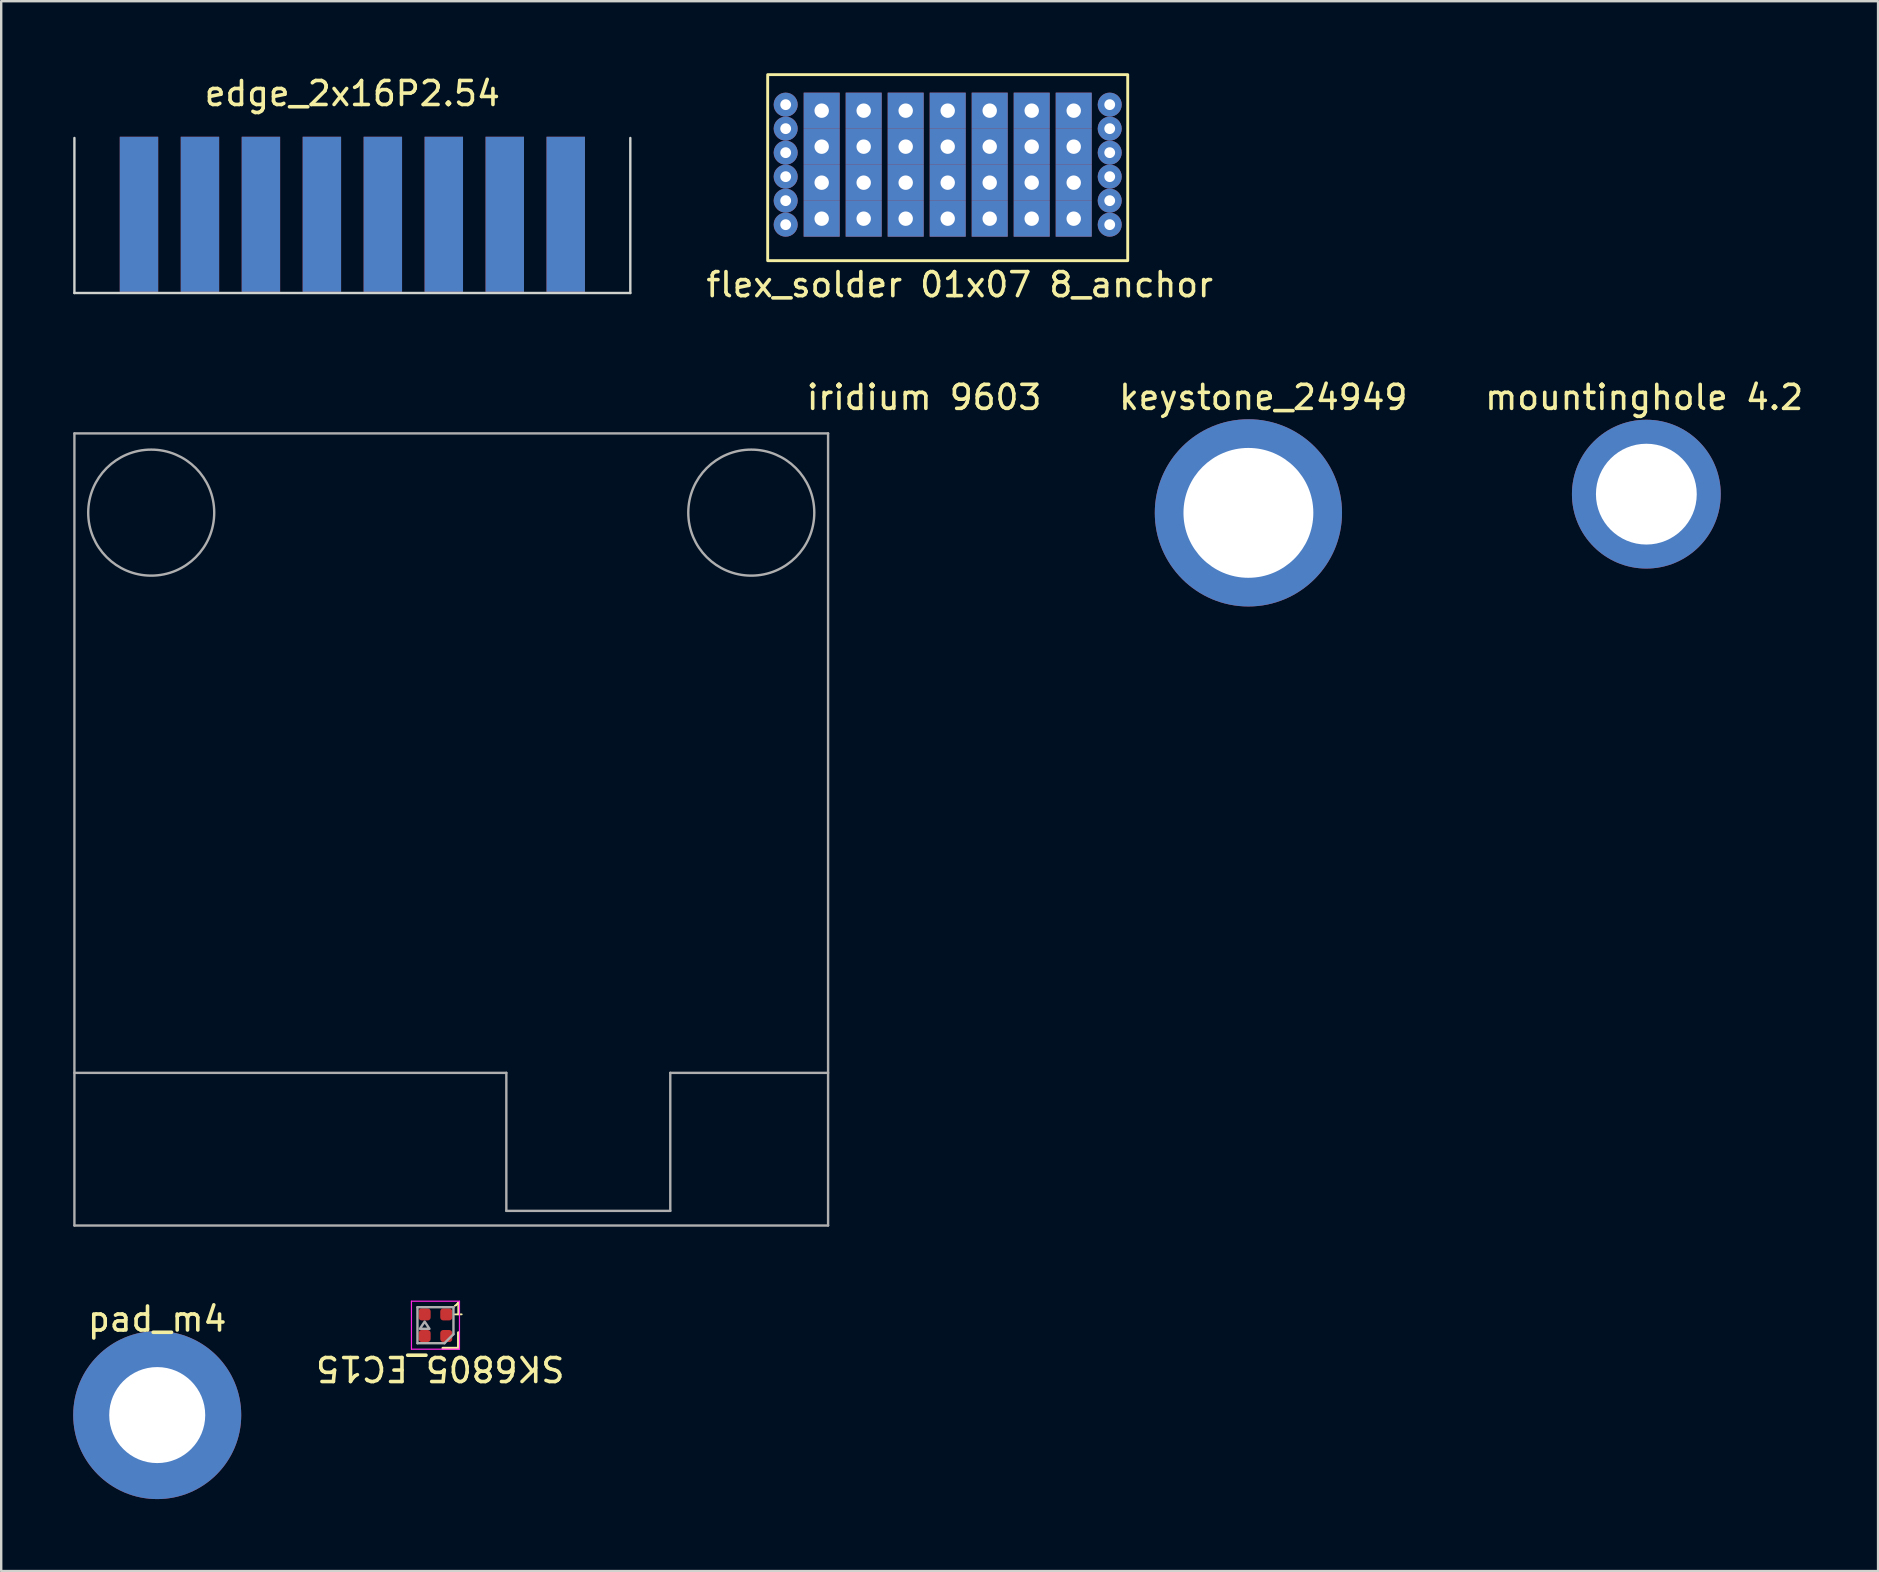
<source format=kicad_pcb>
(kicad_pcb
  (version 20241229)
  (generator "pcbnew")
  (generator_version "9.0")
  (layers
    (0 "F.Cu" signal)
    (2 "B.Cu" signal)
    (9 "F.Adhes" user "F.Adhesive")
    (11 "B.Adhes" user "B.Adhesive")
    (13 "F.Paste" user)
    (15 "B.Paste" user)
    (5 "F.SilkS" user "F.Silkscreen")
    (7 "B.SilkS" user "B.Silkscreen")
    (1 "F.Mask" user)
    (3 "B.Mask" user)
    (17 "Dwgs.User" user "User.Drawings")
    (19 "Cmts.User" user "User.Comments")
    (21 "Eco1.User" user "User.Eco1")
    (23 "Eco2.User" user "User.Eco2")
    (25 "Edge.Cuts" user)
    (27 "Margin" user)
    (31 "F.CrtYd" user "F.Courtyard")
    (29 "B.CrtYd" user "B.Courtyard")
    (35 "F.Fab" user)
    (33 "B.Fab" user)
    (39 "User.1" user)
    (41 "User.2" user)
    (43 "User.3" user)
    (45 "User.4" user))
  (footprint "flex_solder 01x07 8_anchor"
    (layer "F.Cu")
    (at 36.433 3.81)
    (property "Reference" "flex_solder 01x07 8_anchor" (at 0.5 5 0) (unlocked yes) (layer "F.SilkS") (effects (font (size 1 1) (thickness 0.15))))
    (attr through_hole)
    (fp_rect (start -7.5 4) (end 7.5 -3.75) (stroke (width 0.12) (type solid)) (fill no) (layer "F.SilkS"))
    (pad "1" thru_hole rect (at -5.25 -2.25) (size 1.5 1.5) (drill 0.6) (layers "*.Cu" "*.Mask"))
    (pad "1" thru_hole rect (at -5.25 -0.75) (size 1.5 1.5) (drill 0.6) (layers "*.Cu" "*.Mask"))
    (pad "1" thru_hole rect (at -5.25 0.75) (size 1.5 1.5) (drill 0.6) (layers "*.Cu" "*.Mask"))
    (pad "1" thru_hole rect (at -5.25 2.25) (size 1.5 1.5) (drill 0.6) (layers "*.Cu" "*.Mask"))
    (pad "2" thru_hole rect (at -3.5 -2.25) (size 1.5 1.5) (drill 0.6) (layers "*.Cu" "*.Mask"))
    (pad "2" thru_hole rect (at -3.5 -0.75) (size 1.5 1.5) (drill 0.6) (layers "*.Cu" "*.Mask"))
    (pad "2" thru_hole rect (at -3.5 0.75) (size 1.5 1.5) (drill 0.6) (layers "*.Cu" "*.Mask"))
    (pad "2" thru_hole rect (at -3.5 2.25) (size 1.5 1.5) (drill 0.6) (layers "*.Cu" "*.Mask"))
    (pad "3" thru_hole rect (at -1.75 -2.25) (size 1.5 1.5) (drill 0.6) (layers "*.Cu" "*.Mask"))
    (pad "3" thru_hole rect (at -1.75 -0.75) (size 1.5 1.5) (drill 0.6) (layers "*.Cu" "*.Mask"))
    (pad "3" thru_hole rect (at -1.75 0.75) (size 1.5 1.5) (drill 0.6) (layers "*.Cu" "*.Mask"))
    (pad "3" thru_hole rect (at -1.75 2.25) (size 1.5 1.5) (drill 0.6) (layers "*.Cu" "*.Mask"))
    (pad "4" thru_hole rect (at 0 -2.25) (size 1.5 1.5) (drill 0.6) (layers "*.Cu" "*.Mask"))
    (pad "4" thru_hole rect (at 0 -0.75) (size 1.5 1.5) (drill 0.6) (layers "*.Cu" "*.Mask"))
    (pad "4" thru_hole rect (at 0 0.75) (size 1.5 1.5) (drill 0.6) (layers "*.Cu" "*.Mask"))
    (pad "4" thru_hole rect (at 0 2.25) (size 1.5 1.5) (drill 0.6) (layers "*.Cu" "*.Mask"))
    (pad "5" thru_hole rect (at 1.75 -2.25) (size 1.5 1.5) (drill 0.6) (layers "*.Cu" "*.Mask"))
    (pad "5" thru_hole rect (at 1.75 -0.75) (size 1.5 1.5) (drill 0.6) (layers "*.Cu" "*.Mask"))
    (pad "5" thru_hole rect (at 1.75 0.75) (size 1.5 1.5) (drill 0.6) (layers "*.Cu" "*.Mask"))
    (pad "5" thru_hole rect (at 1.75 2.25) (size 1.5 1.5) (drill 0.6) (layers "*.Cu" "*.Mask"))
    (pad "6" thru_hole rect (at 3.5 -2.25) (size 1.5 1.5) (drill 0.6) (layers "*.Cu" "*.Mask"))
    (pad "6" thru_hole rect (at 3.5 -0.75) (size 1.5 1.5) (drill 0.6) (layers "*.Cu" "*.Mask"))
    (pad "6" thru_hole rect (at 3.5 0.75) (size 1.5 1.5) (drill 0.6) (layers "*.Cu" "*.Mask"))
    (pad "6" thru_hole rect (at 3.5 2.25) (size 1.5 1.5) (drill 0.6) (layers "*.Cu" "*.Mask"))
    (pad "7" thru_hole rect (at 5.25 -2.25) (size 1.5 1.5) (drill 0.6) (layers "*.Cu" "*.Mask"))
    (pad "7" thru_hole rect (at 5.25 -0.75) (size 1.5 1.5) (drill 0.6) (layers "*.Cu" "*.Mask"))
    (pad "7" thru_hole rect (at 5.25 0.75) (size 1.5 1.5) (drill 0.6) (layers "*.Cu" "*.Mask"))
    (pad "7" thru_hole rect (at 5.25 2.25) (size 1.5 1.5) (drill 0.6) (layers "*.Cu" "*.Mask"))
    (pad "8" thru_hole circle (at -6.75 -2.5) (size 1 1) (drill 0.45) (layers "*.Cu" "*.Mask"))
    (pad "8" thru_hole circle (at -6.75 -1.5) (size 1 1) (drill 0.45) (layers "*.Cu" "*.Mask"))
    (pad "8" thru_hole circle (at -6.75 -0.5) (size 1 1) (drill 0.45) (layers "*.Cu" "*.Mask"))
    (pad "8" thru_hole circle (at -6.75 0.5) (size 1 1) (drill 0.45) (layers "*.Cu" "*.Mask"))
    (pad "8" thru_hole circle (at -6.75 1.5) (size 1 1) (drill 0.45) (layers "*.Cu" "*.Mask"))
    (pad "8" thru_hole circle (at -6.75 2.5) (size 1 1) (drill 0.45) (layers "*.Cu" "*.Mask"))
    (pad "8" thru_hole circle (at 6.75 -2.5) (size 1 1) (drill 0.45) (layers "*.Cu" "*.Mask"))
    (pad "8" thru_hole circle (at 6.75 -1.5) (size 1 1) (drill 0.45) (layers "*.Cu" "*.Mask"))
    (pad "8" thru_hole circle (at 6.75 -0.5) (size 1 1) (drill 0.45) (layers "*.Cu" "*.Mask"))
    (pad "8" thru_hole circle (at 6.75 0.5) (size 1 1) (drill 0.45) (layers "*.Cu" "*.Mask"))
    (pad "8" thru_hole circle (at 6.75 1.5) (size 1 1) (drill 0.45) (layers "*.Cu" "*.Mask"))
    (pad "8" thru_hole circle (at 6.75 2.5) (size 1 1) (drill 0.45) (layers "*.Cu" "*.Mask")))
  (footprint "keystone_24949"
    (layer "F.Cu")
    (at 48.981 18.317)
    (property "Reference" "keystone_24949" (at 0.6 -4.81 0) (unlocked yes) (layer "F.SilkS") (effects (font (size 1 1) (thickness 0.15))))
    (attr through_hole)
    (pad "1" thru_hole circle (at -0.02 0) (size 7.8 7.8) (drill 5.41) (layers "*.Cu" "*.Mask")))
  (footprint "SK6805_EC15"
    (layer "F.Cu")
    (at 15.092 52.161)
    (property "Reference" "SK6805_EC15" (at 0.2 1.8 180) (unlocked yes) (layer "F.SilkS") (effects (font (size 1 1) (thickness 0.15))))
    (attr smd)
    (fp_line (start 0.31 0.96) (end 0.96 0.96) (stroke (width 0.12) (type solid)) (layer "F.SilkS"))
    (fp_line (start 0.96 0.96) (end 0.96 0.31) (stroke (width 0.12) (type solid)) (layer "F.SilkS"))
    (fp_line (start -1 -1) (end 1 -1) (stroke (width 0.05) (type solid)) (layer "F.CrtYd"))
    (fp_line (start -1 1) (end -1 -1) (stroke (width 0.05) (type solid)) (layer "F.CrtYd"))
    (fp_line (start 1 -1) (end 1 1) (stroke (width 0.05) (type solid)) (layer "F.CrtYd"))
    (fp_line (start 1 1) (end -1 1) (stroke (width 0.05) (type solid)) (layer "F.CrtYd"))
    (fp_line (start -0.75 -0.75) (end 0.75 -0.75) (stroke (width 0.1) (type solid)) (layer "F.Fab"))
    (fp_line (start -0.75 0.75) (end -0.75 -0.75) (stroke (width 0.1) (type solid)) (layer "F.Fab"))
    (fp_line (start 0.375 0.75) (end -0.75 0.75) (stroke (width 0.1) (type solid)) (layer "F.Fab"))
    (fp_line (start 0.75 -0.75) (end 0.75 0.375) (stroke (width 0.1) (type solid)) (layer "F.Fab"))
    (fp_line (start 0.75 0.375) (end 0.375 0.75) (stroke (width 0.1) (type solid)) (layer "F.Fab"))
    (fp_poly (pts (xy -0.25 0.15) (xy -0.45 -0.15) (xy -0.65 0.15)) (stroke (width 0.1) (type solid)) (fill no) (layer "F.Fab"))
    (fp_text user "1" (at 0.95 -0.68 0) (layer "F.SilkS") (effects (font (size 0.5 0.5) (thickness 0.075))))
    (pad "1" smd roundrect (at 0.45 -0.45 270) (size 0.5 0.5) (layers "F.Cu" "F.Mask" "F.Paste") (roundrect_rratio 0.25))
    (pad "2" smd roundrect (at -0.45 -0.45 270) (size 0.5 0.5) (layers "F.Cu" "F.Mask" "F.Paste") (roundrect_rratio 0.25))
    (pad "3" smd roundrect (at -0.45 0.45 270) (size 0.5 0.5) (layers "F.Cu" "F.Mask" "F.Paste") (roundrect_rratio 0.25))
    (pad "4" smd roundrect (at 0.45 0.45 270) (size 0.5 0.5) (layers "F.Cu" "F.Mask" "F.Paste") (roundrect_rratio 0.25)))
  (footprint "edge_2x16P2.54"
    (layer "F.Cu")
    (at 11.63 5.928)
    (property "Reference" "edge_2x16P2.54" (at 0 -5.08 0) (unlocked yes) (layer "F.SilkS") (effects (font (size 1 1) (thickness 0.15))))
    (attr smd)
    (fp_line (start -11.58 3.23) (end -11.58 -3.23) (stroke (width 0.1) (type solid)) (layer "Edge.Cuts"))
    (fp_line (start -11.58 3.23) (end 11.58 3.23) (stroke (width 0.1) (type solid)) (layer "Edge.Cuts"))
    (fp_line (start 11.58 3.23) (end 11.58 -3.23) (stroke (width 0.1) (type solid)) (layer "Edge.Cuts"))
    (pad "1" smd rect (at -8.89 -0.05) (size 1.6 6.46) (layers "F.Cu" "F.Mask" "F.Paste"))
    (pad "2" smd rect (at -8.89 -0.05 180) (size 1.6 6.46) (layers "B.Cu" "B.Mask" "B.Paste"))
    (pad "3" smd rect (at -6.35 -0.05) (size 1.6 6.46) (layers "F.Cu" "F.Mask" "F.Paste"))
    (pad "4" smd rect (at -6.35 -0.05 180) (size 1.6 6.46) (layers "B.Cu" "B.Mask" "B.Paste"))
    (pad "5" smd rect (at -3.81 -0.05) (size 1.6 6.46) (layers "F.Cu" "F.Mask" "F.Paste"))
    (pad "6" smd rect (at -3.81 -0.05 180) (size 1.6 6.46) (layers "B.Cu" "B.Mask" "B.Paste"))
    (pad "7" smd rect (at -1.27 -0.05) (size 1.6 6.46) (layers "F.Cu" "F.Mask" "F.Paste"))
    (pad "8" smd rect (at -1.27 -0.05 180) (size 1.6 6.46) (layers "B.Cu" "B.Mask" "B.Paste"))
    (pad "9" smd rect (at 1.27 -0.05) (size 1.6 6.46) (layers "F.Cu" "F.Mask" "F.Paste"))
    (pad "10" smd rect (at 1.27 -0.05 180) (size 1.6 6.46) (layers "B.Cu" "B.Mask" "B.Paste"))
    (pad "11" smd rect (at 3.81 -0.05) (size 1.6 6.46) (layers "F.Cu" "F.Mask" "F.Paste"))
    (pad "12" smd rect (at 3.81 -0.05 180) (size 1.6 6.46) (layers "B.Cu" "B.Mask" "B.Paste"))
    (pad "13" smd rect (at 6.35 -0.05) (size 1.6 6.46) (layers "F.Cu" "F.Mask" "F.Paste"))
    (pad "14" smd rect (at 6.35 -0.05 180) (size 1.6 6.46) (layers "B.Cu" "B.Mask" "B.Paste"))
    (pad "15" smd rect (at 8.89 -0.05) (size 1.6 6.46) (layers "F.Cu" "F.Mask" "F.Paste"))
    (pad "16" smd rect (at 8.89 -0.05 180) (size 1.6 6.46) (layers "B.Cu" "B.Mask" "B.Paste")))
  (footprint "mountinghole 4.2"
    (layer "F.Cu")
    (at 65.54 17.517)
    (property "Reference" "mountinghole 4.2" (at -0.09 -4.01 0) (unlocked yes) (layer "F.SilkS") (effects (font (size 1 1) (thickness 0.15))))
    (attr smd)
    (pad "1" thru_hole circle (at 0 0.02) (size 6.2 6.2) (drill 4.2) (layers "*.Cu" "*.Mask")))
  (footprint "iridium 9603"
    (layer "F.Cu")
    (at 31.45 15.007)
    (property "Reference" "iridium 9603" (at 4 -1.5 0) (unlocked yes) (layer "F.SilkS") (effects (font (size 1 1) (thickness 0.15))))
    (attr smd)
    (fp_line (start -31.4 0) (end -31.4 33) (stroke (width 0.1) (type default)) (layer "F.Fab"))
    (fp_line (start -31.4 0) (end 0 0) (stroke (width 0.1) (type default)) (layer "F.Fab"))
    (fp_line (start -31.4 26.64) (end -13.405 26.64) (stroke (width 0.1) (type default)) (layer "F.Fab"))
    (fp_line (start -13.405 32.39) (end -13.405 26.64) (stroke (width 0.1) (type default)) (layer "F.Fab"))
    (fp_line (start -6.575 26.64) (end -6.575 32.39) (stroke (width 0.1) (type default)) (layer "F.Fab"))
    (fp_line (start -6.575 32.39) (end -13.405 32.39) (stroke (width 0.1) (type default)) (layer "F.Fab"))
    (fp_line (start 0 0) (end 0 33) (stroke (width 0.1) (type default)) (layer "F.Fab"))
    (fp_line (start 0 26.64) (end -6.575 26.64) (stroke (width 0.1) (type default)) (layer "F.Fab"))
    (fp_line (start 0 33) (end -31.4 33) (stroke (width 0.1) (type default)) (layer "F.Fab"))
    (fp_circle (center -28.2 3.3) (end -25.575 3.3) (stroke (width 0.1) (type default)) (fill no) (layer "F.Fab"))
    (fp_circle (center -3.2 3.3) (end -0.575 3.3) (stroke (width 0.1) (type default)) (fill no) (layer "F.Fab")))
  (footprint "pad_m4"
    (layer "F.Cu")
    (at 3.5 55.905)
    (property "Reference" "pad_m4" (at 0 -4 0) (unlocked yes) (layer "F.SilkS") (effects (font (size 1 1) (thickness 0.15))))
    (attr through_hole)
    (pad "1" thru_hole circle (at 0 0) (size 7 7) (drill 4) (layers "*.Cu" "*.Mask")))
  (gr_rect
    (start -3 -3)
    (end 75.194 62.405)
    (stroke (width 0.1) (type default))
    (fill no)
    (layer "Edge.Cuts")))
</source>
